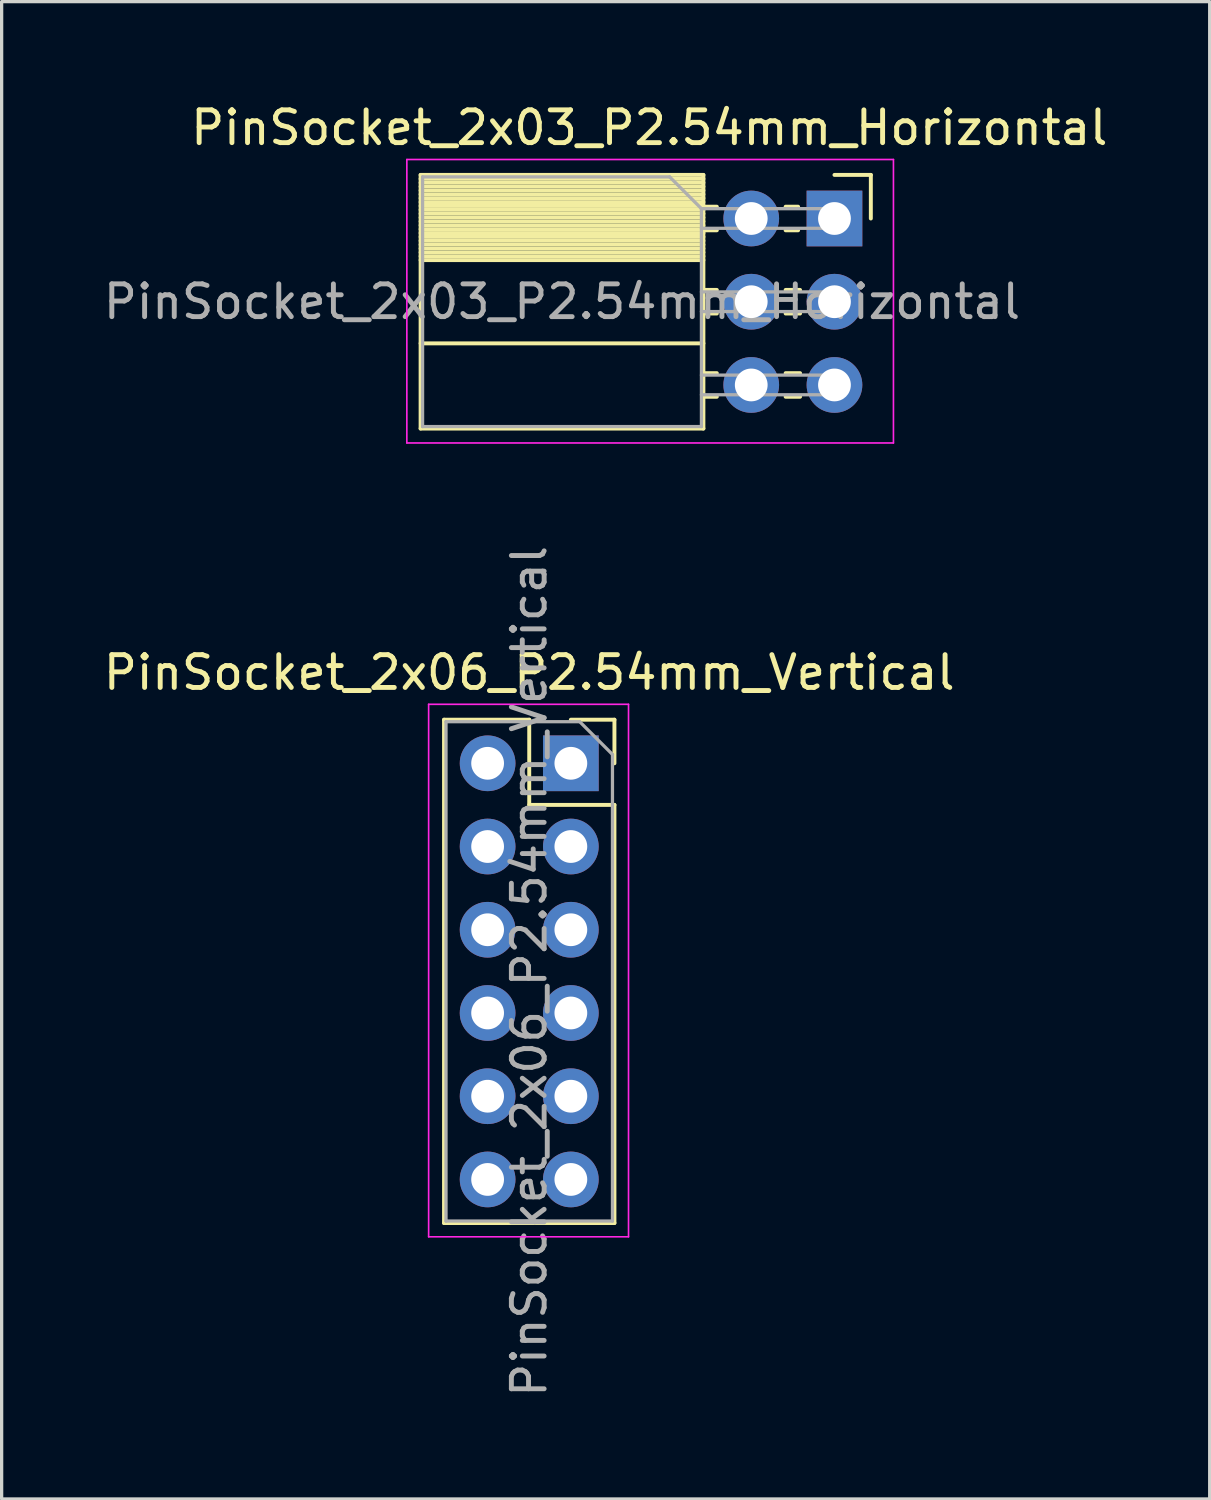
<source format=kicad_pcb>
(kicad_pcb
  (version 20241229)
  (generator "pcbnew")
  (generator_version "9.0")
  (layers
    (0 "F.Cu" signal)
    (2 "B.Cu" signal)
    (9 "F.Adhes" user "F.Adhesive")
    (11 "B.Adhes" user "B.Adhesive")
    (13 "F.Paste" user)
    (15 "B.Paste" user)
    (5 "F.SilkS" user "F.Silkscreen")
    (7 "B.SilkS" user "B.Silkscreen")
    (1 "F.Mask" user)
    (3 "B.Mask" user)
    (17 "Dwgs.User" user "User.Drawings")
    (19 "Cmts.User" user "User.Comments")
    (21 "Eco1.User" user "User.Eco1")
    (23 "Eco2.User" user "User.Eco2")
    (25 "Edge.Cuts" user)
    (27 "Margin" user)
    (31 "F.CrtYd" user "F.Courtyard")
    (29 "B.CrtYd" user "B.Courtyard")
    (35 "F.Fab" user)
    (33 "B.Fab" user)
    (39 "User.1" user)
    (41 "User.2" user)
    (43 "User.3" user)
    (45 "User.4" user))
  (footprint "PinSocket_2x06_P2.54mm_Vertical"
    (layer "F.Cu")
    (at 14.371 20.244)
    (property "Reference" "PinSocket_2x06_P2.54mm_Vertical" (at -1.27 -2.77 0) (layer "F.SilkS") (effects (font (size 1 1) (thickness 0.15))))
    (attr through_hole)
    (fp_line (start -3.87 -1.33) (end -3.87 14.03) (stroke (width 0.12) (type solid)) (layer "F.SilkS"))
    (fp_line (start -3.87 -1.33) (end -1.27 -1.33) (stroke (width 0.12) (type solid)) (layer "F.SilkS"))
    (fp_line (start -3.87 14.03) (end 1.33 14.03) (stroke (width 0.12) (type solid)) (layer "F.SilkS"))
    (fp_line (start -1.27 -1.33) (end -1.27 1.27) (stroke (width 0.12) (type solid)) (layer "F.SilkS"))
    (fp_line (start -1.27 1.27) (end 1.33 1.27) (stroke (width 0.12) (type solid)) (layer "F.SilkS"))
    (fp_line (start 0 -1.33) (end 1.33 -1.33) (stroke (width 0.12) (type solid)) (layer "F.SilkS"))
    (fp_line (start 1.33 -1.33) (end 1.33 0) (stroke (width 0.12) (type solid)) (layer "F.SilkS"))
    (fp_line (start 1.33 1.27) (end 1.33 14.03) (stroke (width 0.12) (type solid)) (layer "F.SilkS"))
    (fp_line (start -4.34 -1.8) (end 1.76 -1.8) (stroke (width 0.05) (type solid)) (layer "F.CrtYd"))
    (fp_line (start -4.34 14.45) (end -4.34 -1.8) (stroke (width 0.05) (type solid)) (layer "F.CrtYd"))
    (fp_line (start 1.76 -1.8) (end 1.76 14.45) (stroke (width 0.05) (type solid)) (layer "F.CrtYd"))
    (fp_line (start 1.76 14.45) (end -4.34 14.45) (stroke (width 0.05) (type solid)) (layer "F.CrtYd"))
    (fp_line (start -3.81 -1.27) (end 0.27 -1.27) (stroke (width 0.1) (type solid)) (layer "F.Fab"))
    (fp_line (start -3.81 13.97) (end -3.81 -1.27) (stroke (width 0.1) (type solid)) (layer "F.Fab"))
    (fp_line (start 0.27 -1.27) (end 1.27 -0.27) (stroke (width 0.1) (type solid)) (layer "F.Fab"))
    (fp_line (start 1.27 -0.27) (end 1.27 13.97) (stroke (width 0.1) (type solid)) (layer "F.Fab"))
    (fp_line (start 1.27 13.97) (end -3.81 13.97) (stroke (width 0.1) (type solid)) (layer "F.Fab"))
    (fp_text user "${REFERENCE}" (at -1.27 6.35 90) (layer "F.Fab") (effects (font (size 1 1) (thickness 0.15))))
    (pad "1" thru_hole rect (at 0 0) (size 1.7 1.7) (drill 1) (layers "*.Cu" "*.Mask"))
    (pad "2" thru_hole oval (at -2.54 0) (size 1.7 1.7) (drill 1) (layers "*.Cu" "*.Mask"))
    (pad "3" thru_hole oval (at 0 2.54) (size 1.7 1.7) (drill 1) (layers "*.Cu" "*.Mask"))
    (pad "4" thru_hole oval (at -2.54 2.54) (size 1.7 1.7) (drill 1) (layers "*.Cu" "*.Mask"))
    (pad "5" thru_hole oval (at 0 5.08) (size 1.7 1.7) (drill 1) (layers "*.Cu" "*.Mask"))
    (pad "6" thru_hole oval (at -2.54 5.08) (size 1.7 1.7) (drill 1) (layers "*.Cu" "*.Mask"))
    (pad "7" thru_hole oval (at 0 7.62) (size 1.7 1.7) (drill 1) (layers "*.Cu" "*.Mask"))
    (pad "8" thru_hole oval (at -2.54 7.62) (size 1.7 1.7) (drill 1) (layers "*.Cu" "*.Mask"))
    (pad "9" thru_hole oval (at 0 10.16) (size 1.7 1.7) (drill 1) (layers "*.Cu" "*.Mask"))
    (pad "10" thru_hole oval (at -2.54 10.16) (size 1.7 1.7) (drill 1) (layers "*.Cu" "*.Mask"))
    (pad "11" thru_hole oval (at 0 12.7) (size 1.7 1.7) (drill 1) (layers "*.Cu" "*.Mask"))
    (pad "12" thru_hole oval (at -2.54 12.7) (size 1.7 1.7) (drill 1) (layers "*.Cu" "*.Mask")))
  (footprint "PinSocket_2x03_P2.54mm_Horizontal"
    (layer "F.Cu")
    (at 22.416 3.618)
    (property "Reference" "PinSocket_2x03_P2.54mm_Horizontal" (at -5.65 -2.77 0) (layer "F.SilkS") (effects (font (size 1 1) (thickness 0.15))))
    (attr through_hole)
    (fp_line (start -12.63 -1.33) (end -12.63 6.41) (stroke (width 0.12) (type solid)) (layer "F.SilkS"))
    (fp_line (start -12.63 -1.33) (end -4 -1.33) (stroke (width 0.12) (type solid)) (layer "F.SilkS"))
    (fp_line (start -12.63 -1.21) (end -4 -1.21) (stroke (width 0.12) (type solid)) (layer "F.SilkS"))
    (fp_line (start -12.63 -1.092) (end -4 -1.092) (stroke (width 0.12) (type solid)) (layer "F.SilkS"))
    (fp_line (start -12.63 -0.974) (end -4 -0.974) (stroke (width 0.12) (type solid)) (layer "F.SilkS"))
    (fp_line (start -12.63 -0.856) (end -4 -0.856) (stroke (width 0.12) (type solid)) (layer "F.SilkS"))
    (fp_line (start -12.63 -0.738) (end -4 -0.738) (stroke (width 0.12) (type solid)) (layer "F.SilkS"))
    (fp_line (start -12.63 -0.62) (end -4 -0.62) (stroke (width 0.12) (type solid)) (layer "F.SilkS"))
    (fp_line (start -12.63 -0.501) (end -4 -0.501) (stroke (width 0.12) (type solid)) (layer "F.SilkS"))
    (fp_line (start -12.63 -0.383) (end -4 -0.383) (stroke (width 0.12) (type solid)) (layer "F.SilkS"))
    (fp_line (start -12.63 -0.265) (end -4 -0.265) (stroke (width 0.12) (type solid)) (layer "F.SilkS"))
    (fp_line (start -12.63 -0.147) (end -4 -0.147) (stroke (width 0.12) (type solid)) (layer "F.SilkS"))
    (fp_line (start -12.63 -0.029) (end -4 -0.029) (stroke (width 0.12) (type solid)) (layer "F.SilkS"))
    (fp_line (start -12.63 0.089) (end -4 0.089) (stroke (width 0.12) (type solid)) (layer "F.SilkS"))
    (fp_line (start -12.63 0.207) (end -4 0.207) (stroke (width 0.12) (type solid)) (layer "F.SilkS"))
    (fp_line (start -12.63 0.325) (end -4 0.325) (stroke (width 0.12) (type solid)) (layer "F.SilkS"))
    (fp_line (start -12.63 0.443) (end -4 0.443) (stroke (width 0.12) (type solid)) (layer "F.SilkS"))
    (fp_line (start -12.63 0.561) (end -4 0.561) (stroke (width 0.12) (type solid)) (layer "F.SilkS"))
    (fp_line (start -12.63 0.68) (end -4 0.68) (stroke (width 0.12) (type solid)) (layer "F.SilkS"))
    (fp_line (start -12.63 0.798) (end -4 0.798) (stroke (width 0.12) (type solid)) (layer "F.SilkS"))
    (fp_line (start -12.63 0.916) (end -4 0.916) (stroke (width 0.12) (type solid)) (layer "F.SilkS"))
    (fp_line (start -12.63 1.034) (end -4 1.034) (stroke (width 0.12) (type solid)) (layer "F.SilkS"))
    (fp_line (start -12.63 1.152) (end -4 1.152) (stroke (width 0.12) (type solid)) (layer "F.SilkS"))
    (fp_line (start -12.63 1.27) (end -4 1.27) (stroke (width 0.12) (type solid)) (layer "F.SilkS"))
    (fp_line (start -12.63 3.81) (end -4 3.81) (stroke (width 0.12) (type solid)) (layer "F.SilkS"))
    (fp_line (start -12.63 6.41) (end -4 6.41) (stroke (width 0.12) (type solid)) (layer "F.SilkS"))
    (fp_line (start -4 -1.33) (end -4 6.41) (stroke (width 0.12) (type solid)) (layer "F.SilkS"))
    (fp_line (start -4 -0.36) (end -3.59 -0.36) (stroke (width 0.12) (type solid)) (layer "F.SilkS"))
    (fp_line (start -4 0.36) (end -3.59 0.36) (stroke (width 0.12) (type solid)) (layer "F.SilkS"))
    (fp_line (start -4 2.18) (end -3.59 2.18) (stroke (width 0.12) (type solid)) (layer "F.SilkS"))
    (fp_line (start -4 2.9) (end -3.59 2.9) (stroke (width 0.12) (type solid)) (layer "F.SilkS"))
    (fp_line (start -4 4.72) (end -3.59 4.72) (stroke (width 0.12) (type solid)) (layer "F.SilkS"))
    (fp_line (start -4 5.44) (end -3.59 5.44) (stroke (width 0.12) (type solid)) (layer "F.SilkS"))
    (fp_line (start -1.49 -0.36) (end -1.11 -0.36) (stroke (width 0.12) (type solid)) (layer "F.SilkS"))
    (fp_line (start -1.49 0.36) (end -1.11 0.36) (stroke (width 0.12) (type solid)) (layer "F.SilkS"))
    (fp_line (start -1.49 2.18) (end -1.05 2.18) (stroke (width 0.12) (type solid)) (layer "F.SilkS"))
    (fp_line (start -1.49 2.9) (end -1.05 2.9) (stroke (width 0.12) (type solid)) (layer "F.SilkS"))
    (fp_line (start -1.49 4.72) (end -1.05 4.72) (stroke (width 0.12) (type solid)) (layer "F.SilkS"))
    (fp_line (start -1.49 5.44) (end -1.05 5.44) (stroke (width 0.12) (type solid)) (layer "F.SilkS"))
    (fp_line (start 0 -1.33) (end 1.11 -1.33) (stroke (width 0.12) (type solid)) (layer "F.SilkS"))
    (fp_line (start 1.11 -1.33) (end 1.11 0) (stroke (width 0.12) (type solid)) (layer "F.SilkS"))
    (fp_line (start -13.05 -1.8) (end -13.05 6.85) (stroke (width 0.05) (type solid)) (layer "F.CrtYd"))
    (fp_line (start -13.05 6.85) (end 1.8 6.85) (stroke (width 0.05) (type solid)) (layer "F.CrtYd"))
    (fp_line (start 1.8 -1.8) (end -13.05 -1.8) (stroke (width 0.05) (type solid)) (layer "F.CrtYd"))
    (fp_line (start 1.8 6.85) (end 1.8 -1.8) (stroke (width 0.05) (type solid)) (layer "F.CrtYd"))
    (fp_line (start -12.57 -1.27) (end -5.03 -1.27) (stroke (width 0.1) (type solid)) (layer "F.Fab"))
    (fp_line (start -12.57 6.35) (end -12.57 -1.27) (stroke (width 0.1) (type solid)) (layer "F.Fab"))
    (fp_line (start -5.03 -1.27) (end -4.06 -0.3) (stroke (width 0.1) (type solid)) (layer "F.Fab"))
    (fp_line (start -4.06 -0.3) (end -4.06 6.35) (stroke (width 0.1) (type solid)) (layer "F.Fab"))
    (fp_line (start -4.06 0.3) (end 0 0.3) (stroke (width 0.1) (type solid)) (layer "F.Fab"))
    (fp_line (start -4.06 2.84) (end 0 2.84) (stroke (width 0.1) (type solid)) (layer "F.Fab"))
    (fp_line (start -4.06 5.38) (end 0 5.38) (stroke (width 0.1) (type solid)) (layer "F.Fab"))
    (fp_line (start -4.06 6.35) (end -12.57 6.35) (stroke (width 0.1) (type solid)) (layer "F.Fab"))
    (fp_line (start 0 -0.3) (end -4.06 -0.3) (stroke (width 0.1) (type solid)) (layer "F.Fab"))
    (fp_line (start 0 0.3) (end 0 -0.3) (stroke (width 0.1) (type solid)) (layer "F.Fab"))
    (fp_line (start 0 2.24) (end -4.06 2.24) (stroke (width 0.1) (type solid)) (layer "F.Fab"))
    (fp_line (start 0 2.84) (end 0 2.24) (stroke (width 0.1) (type solid)) (layer "F.Fab"))
    (fp_line (start 0 4.78) (end -4.06 4.78) (stroke (width 0.1) (type solid)) (layer "F.Fab"))
    (fp_line (start 0 5.38) (end 0 4.78) (stroke (width 0.1) (type solid)) (layer "F.Fab"))
    (fp_text user "${REFERENCE}" (at -8.315 2.54 0) (layer "F.Fab") (effects (font (size 1 1) (thickness 0.15))))
    (pad "1" thru_hole rect (at 0 0) (size 1.7 1.7) (drill 1) (layers "*.Cu" "*.Mask"))
    (pad "2" thru_hole oval (at -2.54 0) (size 1.7 1.7) (drill 1) (layers "*.Cu" "*.Mask"))
    (pad "3" thru_hole oval (at 0 2.54) (size 1.7 1.7) (drill 1) (layers "*.Cu" "*.Mask"))
    (pad "4" thru_hole oval (at -2.54 2.54) (size 1.7 1.7) (drill 1) (layers "*.Cu" "*.Mask"))
    (pad "5" thru_hole oval (at 0 5.08) (size 1.7 1.7) (drill 1) (layers "*.Cu" "*.Mask"))
    (pad "6" thru_hole oval (at -2.54 5.08) (size 1.7 1.7) (drill 1) (layers "*.Cu" "*.Mask")))
  (gr_rect
    (start -3 -3)
    (end 33.867 42.696)
    (stroke (width 0.1) (type default))
    (fill no)
    (layer "Edge.Cuts")))
</source>
